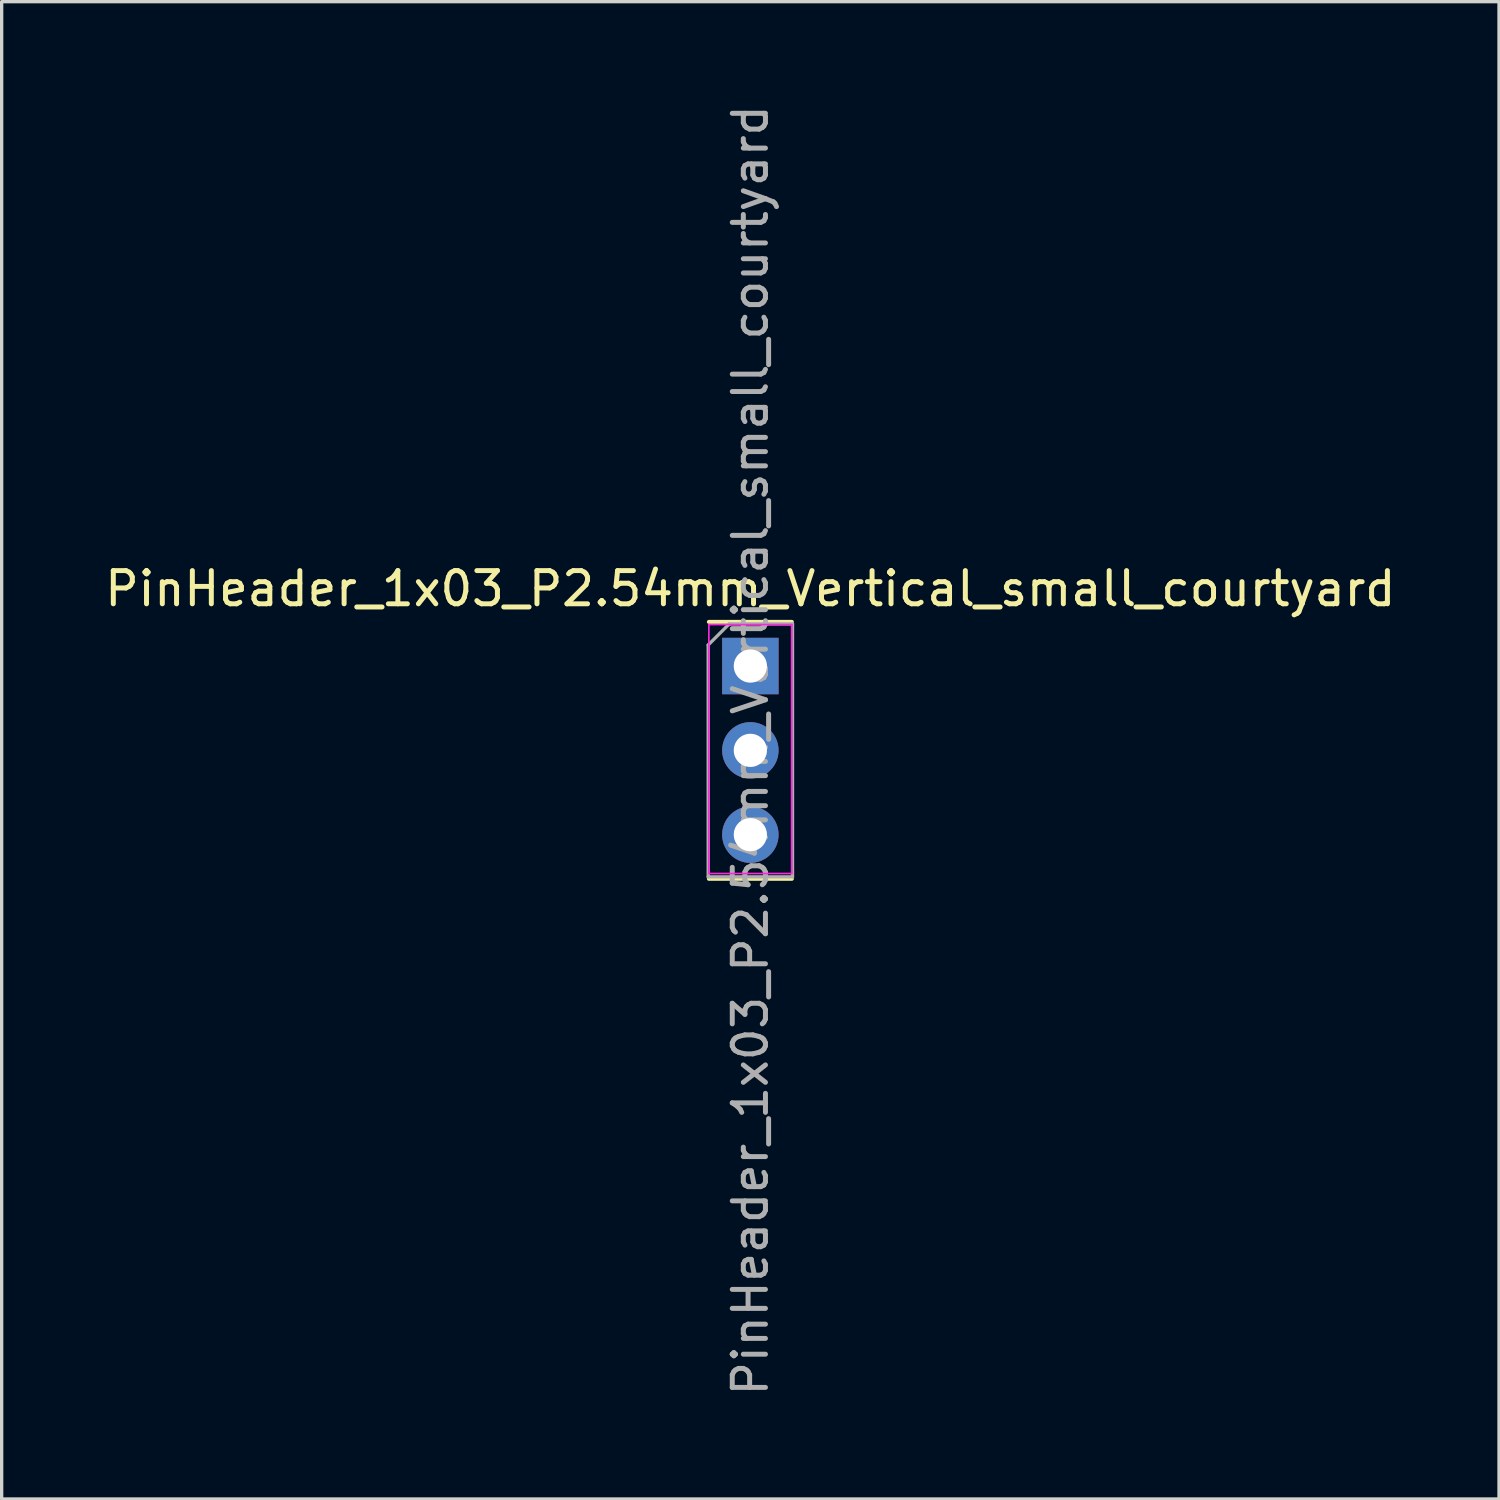
<source format=kicad_pcb>
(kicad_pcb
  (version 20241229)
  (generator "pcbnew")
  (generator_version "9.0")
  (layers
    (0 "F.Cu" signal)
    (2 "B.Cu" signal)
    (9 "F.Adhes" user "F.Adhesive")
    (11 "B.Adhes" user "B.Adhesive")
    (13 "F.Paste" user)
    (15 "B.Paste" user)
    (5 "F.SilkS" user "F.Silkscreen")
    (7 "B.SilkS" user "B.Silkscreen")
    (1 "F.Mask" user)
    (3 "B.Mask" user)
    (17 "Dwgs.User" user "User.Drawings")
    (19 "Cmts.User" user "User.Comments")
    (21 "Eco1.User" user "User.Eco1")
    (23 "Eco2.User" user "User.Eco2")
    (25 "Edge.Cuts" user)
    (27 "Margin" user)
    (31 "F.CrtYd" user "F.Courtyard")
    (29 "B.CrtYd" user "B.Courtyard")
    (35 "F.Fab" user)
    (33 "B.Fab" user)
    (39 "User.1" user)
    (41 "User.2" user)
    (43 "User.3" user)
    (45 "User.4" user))
  (footprint "PinHeader_1x03_P2.54mm_Vertical_small_courtyard"
    (layer "F.Cu")
    (at 19.554 17.014)
    (property "Reference" "PinHeader_1x03_P2.54mm_Vertical_small_courtyard" (at 0 -2.33 0) (layer "F.SilkS") (effects (font (size 1 1) (thickness 0.15))))
    (attr through_hole allow_missing_courtyard)
    (fp_line (start -1.25 -1.33) (end 1.25 -1.33) (stroke (width 0.12) (type solid)) (layer "F.SilkS"))
    (fp_line (start -1.25 6.41) (end 1.25 6.41) (stroke (width 0.12) (type solid)) (layer "F.SilkS"))
    (fp_line (start -1.25 -1.25) (end -1.25 6.25) (stroke (width 0.05) (type solid)) (layer "F.CrtYd"))
    (fp_line (start -1.25 6.25) (end 1.25 6.25) (stroke (width 0.05) (type solid)) (layer "F.CrtYd"))
    (fp_line (start 1.25 -1.25) (end -1.25 -1.25) (stroke (width 0.05) (type solid)) (layer "F.CrtYd"))
    (fp_line (start 1.25 6.25) (end 1.25 -1.25) (stroke (width 0.05) (type solid)) (layer "F.CrtYd"))
    (fp_line (start -1.27 -0.635) (end -0.635 -1.27) (stroke (width 0.1) (type solid)) (layer "F.Fab"))
    (fp_line (start -1.27 6.35) (end -1.27 -0.635) (stroke (width 0.1) (type solid)) (layer "F.Fab"))
    (fp_line (start -0.635 -1.27) (end 1.27 -1.27) (stroke (width 0.1) (type solid)) (layer "F.Fab"))
    (fp_line (start 1.27 -1.27) (end 1.27 6.35) (stroke (width 0.1) (type solid)) (layer "F.Fab"))
    (fp_line (start 1.27 6.35) (end -1.27 6.35) (stroke (width 0.1) (type solid)) (layer "F.Fab"))
    (fp_text user "${REFERENCE}" (at 0 2.54 270) (layer "F.Fab") (effects (font (size 1 1) (thickness 0.15))))
    (pad "1" thru_hole rect (at 0 0) (size 1.7 1.7) (drill 1) (layers "*.Cu" "*.Mask"))
    (pad "2" thru_hole oval (at 0 2.54) (size 1.7 1.7) (drill 1) (layers "*.Cu" "*.Mask"))
    (pad "3" thru_hole oval (at 0 5.08) (size 1.7 1.7) (drill 1) (layers "*.Cu" "*.Mask")))
  (gr_rect
    (start -3 -3)
    (end 42.107 42.107)
    (stroke (width 0.1) (type default))
    (fill no)
    (layer "Edge.Cuts")))
</source>
